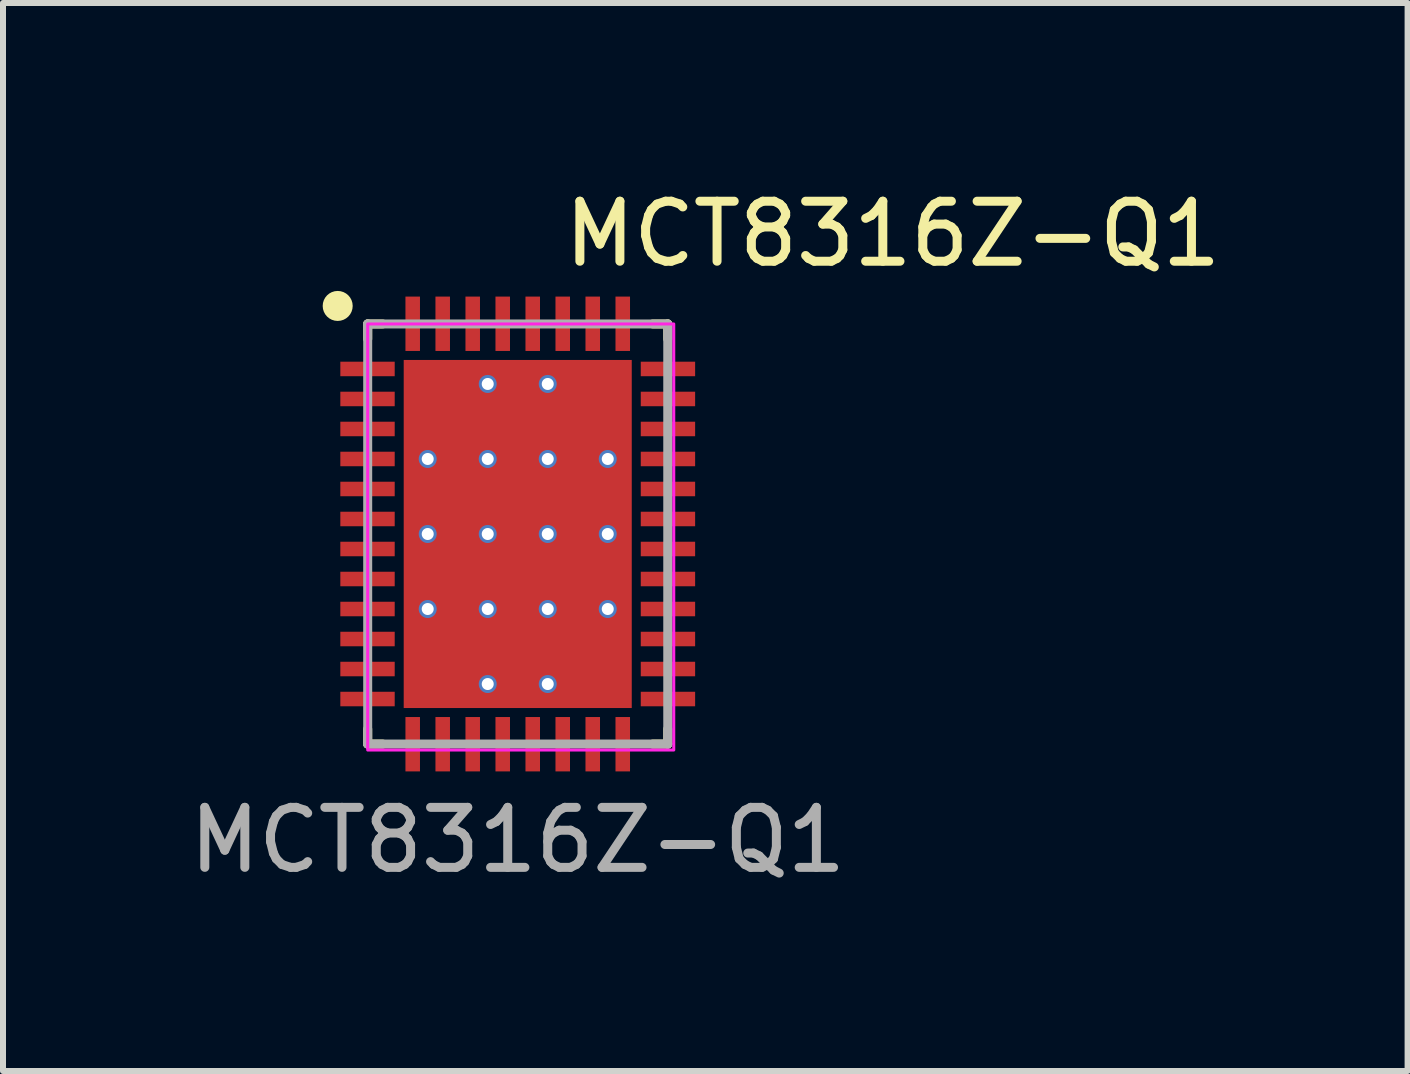
<source format=kicad_pcb>
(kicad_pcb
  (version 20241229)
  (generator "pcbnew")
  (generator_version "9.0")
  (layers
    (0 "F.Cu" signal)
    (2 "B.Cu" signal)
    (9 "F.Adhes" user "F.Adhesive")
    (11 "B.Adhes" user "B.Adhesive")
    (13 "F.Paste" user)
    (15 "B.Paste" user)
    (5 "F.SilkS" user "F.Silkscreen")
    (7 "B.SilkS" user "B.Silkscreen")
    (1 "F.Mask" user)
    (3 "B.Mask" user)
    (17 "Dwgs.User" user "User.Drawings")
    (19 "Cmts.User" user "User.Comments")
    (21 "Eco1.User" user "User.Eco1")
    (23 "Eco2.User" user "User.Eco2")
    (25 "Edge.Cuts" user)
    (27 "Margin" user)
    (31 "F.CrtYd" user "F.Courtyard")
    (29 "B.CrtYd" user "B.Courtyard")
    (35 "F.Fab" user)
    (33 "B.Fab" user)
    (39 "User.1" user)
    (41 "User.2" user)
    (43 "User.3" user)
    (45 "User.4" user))
  (footprint "MCT8316Z-Q1"
    (layer "F.Cu")
    (at 5.577 5.848)
    (property "Reference" "MCT8316Z-Q1" (at 6.25 -5 0) (unlocked yes) (layer "F.SilkS") (effects (font (size 1 1) (thickness 0.15))))
    (fp_line (start -2.5 -3.5) (end -2.25 -3.5) (stroke (width 0.15) (type solid)) (layer "F.SilkS"))
    (fp_line (start -2.5 -3.25) (end -2.5 -3.5) (stroke (width 0.15) (type solid)) (layer "F.SilkS"))
    (fp_line (start -2.5 3.5) (end -2.5 3.25) (stroke (width 0.15) (type solid)) (layer "F.SilkS"))
    (fp_line (start -2.5 3.5) (end -2.25 3.5) (stroke (width 0.15) (type solid)) (layer "F.SilkS"))
    (fp_line (start 2.25 -3.5) (end 2.5 -3.5) (stroke (width 0.15) (type solid)) (layer "F.SilkS"))
    (fp_line (start 2.25 3.5) (end 2.5 3.5) (stroke (width 0.15) (type solid)) (layer "F.SilkS"))
    (fp_line (start 2.5 -3.25) (end 2.5 -3.5) (stroke (width 0.15) (type solid)) (layer "F.SilkS"))
    (fp_line (start 2.5 3.5) (end 2.5 3.25) (stroke (width 0.15) (type solid)) (layer "F.SilkS"))
    (fp_circle (center -3 -3.8) (end -2.875 -3.8) (stroke (width 0.25) (type solid)) (fill no) (layer "F.SilkS"))
    (fp_poly (pts (xy -1.278 -0.311) (xy 1.278 -0.311) (xy 1.278 -2.278) (xy -1.278 -2.278)) (stroke (width 0) (type solid)) (fill yes) (layer "F.Paste"))
    (fp_poly (pts (xy -1.278 2.278) (xy 1.278 2.278) (xy 1.278 0.311) (xy -1.278 0.311)) (stroke (width 0) (type solid)) (fill yes) (layer "F.Paste"))
    (fp_rect (start -2.5 -3.5) (end 2.6 3.6) (stroke (width 0.05) (type default)) (fill no) (layer "F.CrtYd"))
    (fp_line (start -2.5 -3.5) (end 2.5 -3.5) (stroke (width 0.15) (type solid)) (layer "F.Fab"))
    (fp_line (start -2.5 3.5) (end -2.5 -3.5) (stroke (width 0.15) (type solid)) (layer "F.Fab"))
    (fp_line (start -2.5 3.5) (end 2.5 3.5) (stroke (width 0.15) (type solid)) (layer "F.Fab"))
    (fp_line (start 2.5 3.5) (end 2.5 -3.5) (stroke (width 0.15) (type solid)) (layer "F.Fab"))
    (fp_text user "${REFERENCE}" (at 0 5.1 0) (unlocked yes) (layer "F.Fab") (effects (font (size 1 1) (thickness 0.15))))
    (pad "1" smd rect (at -2.503 -2.75 90) (size 0.242 0.906) (layers "F.Cu" "F.Mask" "F.Paste"))
    (pad "2" smd rect (at -2.503 -2.25 90) (size 0.242 0.906) (layers "F.Cu" "F.Mask" "F.Paste"))
    (pad "3" smd rect (at -2.503 -1.75 90) (size 0.242 0.906) (layers "F.Cu" "F.Mask" "F.Paste"))
    (pad "4" smd rect (at -2.503 -1.25 90) (size 0.242 0.906) (layers "F.Cu" "F.Mask" "F.Paste"))
    (pad "5" smd rect (at -2.503 -0.75 90) (size 0.242 0.906) (layers "F.Cu" "F.Mask" "F.Paste"))
    (pad "6" smd rect (at -2.503 -0.25 90) (size 0.242 0.906) (layers "F.Cu" "F.Mask" "F.Paste"))
    (pad "7" smd rect (at -2.503 0.25 90) (size 0.242 0.906) (layers "F.Cu" "F.Mask" "F.Paste"))
    (pad "8" smd rect (at -2.503 0.75 90) (size 0.242 0.906) (layers "F.Cu" "F.Mask" "F.Paste"))
    (pad "9" smd rect (at -2.503 1.25 90) (size 0.242 0.906) (layers "F.Cu" "F.Mask" "F.Paste"))
    (pad "10" smd rect (at -2.503 1.75 90) (size 0.242 0.906) (layers "F.Cu" "F.Mask" "F.Paste"))
    (pad "11" smd rect (at -2.503 2.25 90) (size 0.242 0.906) (layers "F.Cu" "F.Mask" "F.Paste"))
    (pad "12" smd rect (at -2.503 2.75 90) (size 0.242 0.906) (layers "F.Cu" "F.Mask" "F.Paste"))
    (pad "13" smd rect (at -1.75 3.503) (size 0.242 0.906) (layers "F.Cu" "F.Mask" "F.Paste"))
    (pad "14" smd rect (at -1.25 3.503) (size 0.242 0.906) (layers "F.Cu" "F.Mask" "F.Paste"))
    (pad "15" smd rect (at -0.75 3.503) (size 0.242 0.906) (layers "F.Cu" "F.Mask" "F.Paste"))
    (pad "16" smd rect (at -0.25 3.503) (size 0.242 0.906) (layers "F.Cu" "F.Mask" "F.Paste"))
    (pad "17" smd rect (at 0.25 3.503) (size 0.242 0.906) (layers "F.Cu" "F.Mask" "F.Paste"))
    (pad "18" smd rect (at 0.75 3.503) (size 0.242 0.906) (layers "F.Cu" "F.Mask" "F.Paste"))
    (pad "19" smd rect (at 1.25 3.503) (size 0.242 0.906) (layers "F.Cu" "F.Mask" "F.Paste"))
    (pad "20" smd rect (at 1.75 3.503) (size 0.242 0.906) (layers "F.Cu" "F.Mask" "F.Paste"))
    (pad "21" smd rect (at 2.503 2.75 90) (size 0.242 0.906) (layers "F.Cu" "F.Mask" "F.Paste"))
    (pad "22" smd rect (at 2.503 2.25 90) (size 0.242 0.906) (layers "F.Cu" "F.Mask" "F.Paste"))
    (pad "23" smd rect (at 2.503 1.75 90) (size 0.242 0.906) (layers "F.Cu" "F.Mask" "F.Paste"))
    (pad "24" smd rect (at 2.503 1.25 90) (size 0.242 0.906) (layers "F.Cu" "F.Mask" "F.Paste"))
    (pad "25" smd rect (at 2.503 0.75 90) (size 0.242 0.906) (layers "F.Cu" "F.Mask" "F.Paste"))
    (pad "26" smd rect (at 2.503 0.25 90) (size 0.242 0.906) (layers "F.Cu" "F.Mask" "F.Paste"))
    (pad "27" smd rect (at 2.503 -0.25 90) (size 0.242 0.906) (layers "F.Cu" "F.Mask" "F.Paste"))
    (pad "28" smd rect (at 2.503 -0.75 90) (size 0.242 0.906) (layers "F.Cu" "F.Mask" "F.Paste"))
    (pad "29" smd rect (at 2.503 -1.25 90) (size 0.242 0.906) (layers "F.Cu" "F.Mask" "F.Paste"))
    (pad "30" smd rect (at 2.503 -1.75 90) (size 0.242 0.906) (layers "F.Cu" "F.Mask" "F.Paste"))
    (pad "31" smd rect (at 2.503 -2.25 90) (size 0.242 0.906) (layers "F.Cu" "F.Mask" "F.Paste"))
    (pad "32" smd rect (at 2.503 -2.75 90) (size 0.242 0.906) (layers "F.Cu" "F.Mask" "F.Paste"))
    (pad "33" smd rect (at 1.75 -3.503) (size 0.242 0.906) (layers "F.Cu" "F.Mask" "F.Paste"))
    (pad "34" smd rect (at 1.25 -3.503) (size 0.242 0.906) (layers "F.Cu" "F.Mask" "F.Paste"))
    (pad "35" smd rect (at 0.75 -3.503) (size 0.242 0.906) (layers "F.Cu" "F.Mask" "F.Paste"))
    (pad "36" smd rect (at 0.25 -3.503) (size 0.242 0.906) (layers "F.Cu" "F.Mask" "F.Paste"))
    (pad "37" smd rect (at -0.25 -3.503) (size 0.242 0.906) (layers "F.Cu" "F.Mask" "F.Paste"))
    (pad "38" smd rect (at -0.75 -3.503) (size 0.242 0.906) (layers "F.Cu" "F.Mask" "F.Paste"))
    (pad "39" smd rect (at -1.25 -3.503) (size 0.242 0.906) (layers "F.Cu" "F.Mask" "F.Paste"))
    (pad "40" smd rect (at -1.75 -3.503) (size 0.242 0.906) (layers "F.Cu" "F.Mask" "F.Paste"))
    (pad "41" thru_hole circle (at -1.5 -1.25) (size 0.3 0.3) (drill 0.2) (layers "*.Cu" "*.Mask"))
    (pad "41" thru_hole circle (at -1.5 0) (size 0.3 0.3) (drill 0.2) (layers "*.Cu" "*.Mask"))
    (pad "41" thru_hole circle (at -1.5 1.25) (size 0.3 0.3) (drill 0.2) (layers "*.Cu" "*.Mask"))
    (pad "41" thru_hole circle (at -0.5 -2.5) (size 0.3 0.3) (drill 0.2) (layers "*.Cu" "*.Mask"))
    (pad "41" thru_hole circle (at -0.5 -1.25) (size 0.3 0.3) (drill 0.2) (layers "*.Cu" "*.Mask"))
    (pad "41" thru_hole circle (at -0.5 0) (size 0.3 0.3) (drill 0.2) (layers "*.Cu" "*.Mask"))
    (pad "41" thru_hole circle (at -0.5 1.25) (size 0.3 0.3) (drill 0.2) (layers "*.Cu" "*.Mask"))
    (pad "41" thru_hole circle (at -0.5 2.5) (size 0.3 0.3) (drill 0.2) (layers "*.Cu" "*.Mask"))
    (pad "41" smd rect (at 0 0) (size 3.8 5.8) (layers "F.Cu" "F.Mask"))
    (pad "41" thru_hole circle (at 0.5 -2.5) (size 0.3 0.3) (drill 0.2) (layers "*.Cu" "*.Mask"))
    (pad "41" thru_hole circle (at 0.5 -1.25) (size 0.3 0.3) (drill 0.2) (layers "*.Cu" "*.Mask"))
    (pad "41" thru_hole circle (at 0.5 0) (size 0.3 0.3) (drill 0.2) (layers "*.Cu" "*.Mask"))
    (pad "41" thru_hole circle (at 0.5 1.25) (size 0.3 0.3) (drill 0.2) (layers "*.Cu" "*.Mask"))
    (pad "41" thru_hole circle (at 0.5 2.5) (size 0.3 0.3) (drill 0.2) (layers "*.Cu" "*.Mask"))
    (pad "41" thru_hole circle (at 1.5 -1.25) (size 0.3 0.3) (drill 0.2) (layers "*.Cu" "*.Mask"))
    (pad "41" thru_hole circle (at 1.5 0) (size 0.3 0.3) (drill 0.2) (layers "*.Cu" "*.Mask"))
    (pad "41" thru_hole circle (at 1.5 1.25) (size 0.3 0.3) (drill 0.2) (layers "*.Cu" "*.Mask")))
  (gr_rect
    (start -3 -3)
    (end 20.405 14.796)
    (stroke (width 0.1) (type default))
    (fill no)
    (layer "Edge.Cuts")))
</source>
